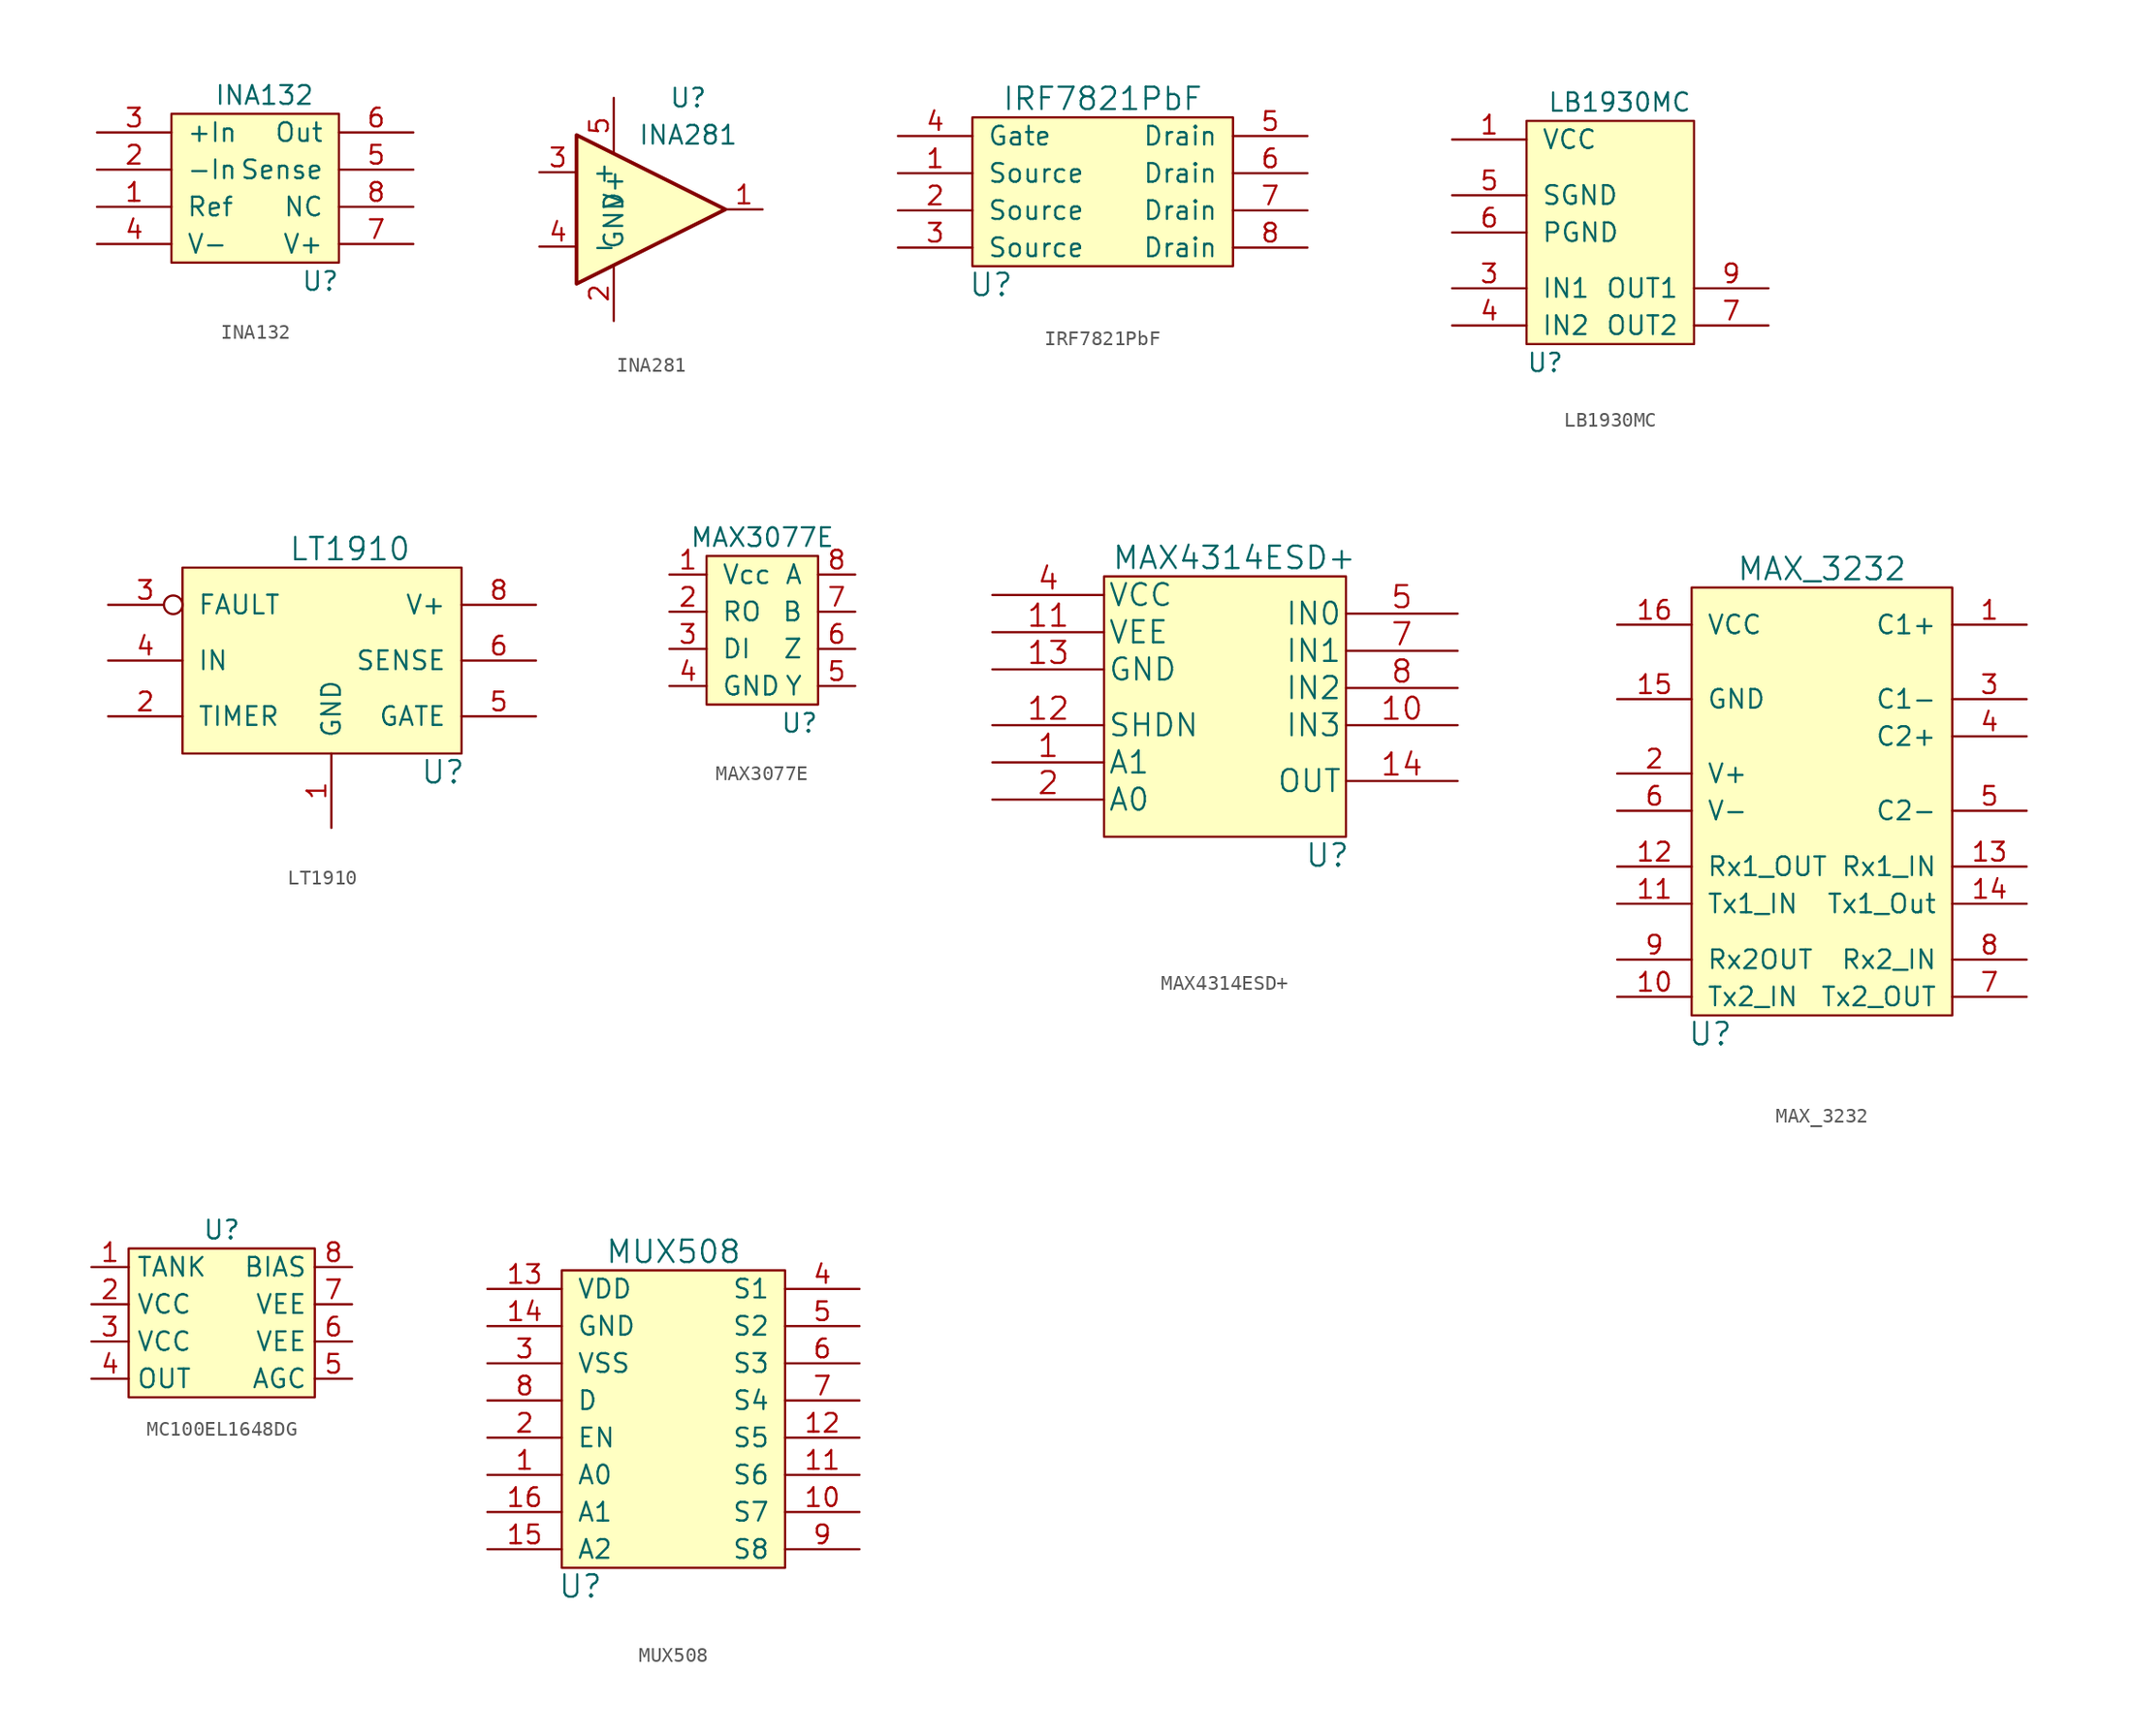
<source format=kicad_sym>
(kicad_symbol_lib
  (version 20220914)
  (generator kicad_symbol_editor)
  (symbol "INA132"
    (pin_names
      (offset 1.016))
    (property "Reference" "U"
      (at 10.16 -1.27 0)
      (effects (font (size 1.27 1.27))))
    (property "Value" "INA132"
      (at 6.35 11.43 0)
      (effects (font (size 1.27 1.27))))
    (symbol "INA132_0_1"
      (rectangle (start 0 10.16) (end 11.43 0) (stroke (width 0) (type default)) (fill (type background))))
    (symbol "INA132_1_1"
      (pin input line (at -5.08 3.81 0) (length 5.08) (name "Ref" (effects (font (size 1.27 1.27)))) (number "1" (effects (font (size 1.27 1.27)))))
      (pin input line (at -5.08 6.35 0) (length 5.08) (name "-In" (effects (font (size 1.27 1.27)))) (number "2" (effects (font (size 1.27 1.27)))))
      (pin input line (at -5.08 8.89 0) (length 5.08) (name "+In" (effects (font (size 1.27 1.27)))) (number "3" (effects (font (size 1.27 1.27)))))
      (pin input line (at -5.08 1.27 0) (length 5.08) (name "V-" (effects (font (size 1.27 1.27)))) (number "4" (effects (font (size 1.27 1.27)))))
      (pin input line (at 16.51 6.35 180) (length 5.08) (name "Sense" (effects (font (size 1.27 1.27)))) (number "5" (effects (font (size 1.27 1.27)))))
      (pin input line (at 16.51 8.89 180) (length 5.08) (name "Out" (effects (font (size 1.27 1.27)))) (number "6" (effects (font (size 1.27 1.27)))))
      (pin input line (at 16.51 1.27 180) (length 5.08) (name "V+" (effects (font (size 1.27 1.27)))) (number "7" (effects (font (size 1.27 1.27)))))
      (pin input line (at 16.51 3.81 180) (length 5.08) (name "NC" (effects (font (size 1.27 1.27)))) (number "8" (effects (font (size 1.27 1.27)))))))
  (symbol "INA281"
    (pin_names
      (offset 1.016))
    (property "Reference" "U"
      (at 5.08 7.62 0)
      (effects (font (size 1.27 1.27))))
    (property "Value" "INA281"
      (at 5.08 5.08 0)
      (effects (font (size 1.27 1.27))))
    (symbol "INA281_1_1"
      (polyline (pts (xy -2.54 5.08) (xy 7.62 0) (xy -2.54 -5.08) (xy -2.54 5.08)) (stroke (width 0.254) (type default)) (fill (type background)))
      (pin output line (at 10.16 0 180) (length 2.54) (name "~" (effects (font (size 1.27 1.27)))) (number "1" (effects (font (size 1.27 1.27)))))
      (pin power_in line (at 0 -7.62 90) (length 3.81) (name "GND" (effects (font (size 1.27 1.27)))) (number "2" (effects (font (size 1.27 1.27)))))
      (pin input line (at -5.08 2.54 0) (length 2.54) (name "+" (effects (font (size 1.27 1.27)))) (number "3" (effects (font (size 1.27 1.27)))))
      (pin input line (at -5.08 -2.54 0) (length 2.54) (name "-" (effects (font (size 1.27 1.27)))) (number "4" (effects (font (size 1.27 1.27)))))
      (pin power_in line (at 0 7.62 270) (length 3.81) (name "V+" (effects (font (size 1.27 1.27)))) (number "5" (effects (font (size 1.27 1.27)))))))
  (symbol "IRF7821PbF"
    (pin_names
      (offset 1.016))
    (property "Reference" "U"
      (at 1.27 -1.27 0)
      (effects (font (size 1.524 1.524))))
    (property "Value" "IRF7821PbF"
      (at 8.89 11.43 0)
      (effects (font (size 1.524 1.524))))
    (symbol "IRF7821PbF_0_1"
      (rectangle (start 0 10.16) (end 17.78 0) (stroke (width 0) (type default)) (fill (type background))))
    (symbol "IRF7821PbF_1_1"
      (pin passive line (at -5.08 6.35 0) (length 5.08) (name "Source" (effects (font (size 1.27 1.27)))) (number "1" (effects (font (size 1.27 1.27)))))
      (pin passive line (at -5.08 3.81 0) (length 5.08) (name "Source" (effects (font (size 1.27 1.27)))) (number "2" (effects (font (size 1.27 1.27)))))
      (pin passive line (at -5.08 1.27 0) (length 5.08) (name "Source" (effects (font (size 1.27 1.27)))) (number "3" (effects (font (size 1.27 1.27)))))
      (pin passive line (at -5.08 8.89 0) (length 5.08) (name "Gate" (effects (font (size 1.27 1.27)))) (number "4" (effects (font (size 1.27 1.27)))))
      (pin passive line (at 22.86 8.89 180) (length 5.08) (name "Drain" (effects (font (size 1.27 1.27)))) (number "5" (effects (font (size 1.27 1.27)))))
      (pin passive line (at 22.86 6.35 180) (length 5.08) (name "Drain" (effects (font (size 1.27 1.27)))) (number "6" (effects (font (size 1.27 1.27)))))
      (pin passive line (at 22.86 3.81 180) (length 5.08) (name "Drain" (effects (font (size 1.27 1.27)))) (number "7" (effects (font (size 1.27 1.27)))))
      (pin passive line (at 22.86 1.27 180) (length 5.08) (name "Drain" (effects (font (size 1.27 1.27)))) (number "8" (effects (font (size 1.27 1.27)))))))
  (symbol "LB1930MC"
    (pin_names
      (offset 1.016))
    (property "Reference" "U"
      (at 1.27 -1.27 0)
      (effects (font (size 1.245 1.245))))
    (property "Value" "LB1930MC"
      (at 6.35 16.51 0)
      (effects (font (size 1.245 1.245))))
    (symbol "LB1930MC_1_0"
      (rectangle (start 11.43 0) (end 0 15.24) (stroke (width 0) (type default)) (fill (type background))))
    (symbol "LB1930MC_1_1"
      (pin input line (at -5.08 13.97 0) (length 5.08) (name "VCC" (effects (font (size 1.27 1.27)))) (number "1" (effects (font (size 1.27 1.27)))))
      (pin input line (at -5.08 3.81 0) (length 5.08) (name "IN1" (effects (font (size 1.27 1.27)))) (number "3" (effects (font (size 1.27 1.27)))))
      (pin input line (at -5.08 1.27 0) (length 5.08) (name "IN2" (effects (font (size 1.27 1.27)))) (number "4" (effects (font (size 1.27 1.27)))))
      (pin input line (at -5.08 10.16 0) (length 5.08) (name "SGND" (effects (font (size 1.27 1.27)))) (number "5" (effects (font (size 1.27 1.27)))))
      (pin input line (at -5.08 7.62 0) (length 5.08) (name "PGND" (effects (font (size 1.27 1.27)))) (number "6" (effects (font (size 1.27 1.27)))))
      (pin input line (at 16.51 1.27 180) (length 5.08) (name "OUT2" (effects (font (size 1.27 1.27)))) (number "7" (effects (font (size 1.27 1.27)))))
      (pin input line (at 16.51 3.81 180) (length 5.08) (name "OUT1" (effects (font (size 1.27 1.27)))) (number "9" (effects (font (size 1.27 1.27)))))))
  (symbol "LT1910"
    (pin_names
      (offset 1.016))
    (property "Reference" "U"
      (at 17.78 -1.27 0)
      (effects (font (size 1.524 1.524))))
    (property "Value" "LT1910"
      (at 11.43 13.97 0)
      (effects (font (size 1.524 1.524))))
    (symbol "LT1910_0_1"
      (rectangle (start 0 12.7) (end 19.05 0) (stroke (width 0) (type default)) (fill (type background))))
    (symbol "LT1910_1_1"
      (pin passive line (at 10.16 -5.08 90) (length 5.08) (name "GND" (effects (font (size 1.27 1.27)))) (number "1" (effects (font (size 1.27 1.27)))))
      (pin passive line (at -5.08 2.54 0) (length 5.08) (name "TIMER" (effects (font (size 1.27 1.27)))) (number "2" (effects (font (size 1.27 1.27)))))
      (pin passive inverted (at -5.08 10.16 0) (length 5.08) (name "FAULT" (effects (font (size 1.27 1.27)))) (number "3" (effects (font (size 1.27 1.27)))))
      (pin passive line (at -5.08 6.35 0) (length 5.08) (name "IN" (effects (font (size 1.27 1.27)))) (number "4" (effects (font (size 1.27 1.27)))))
      (pin passive line (at 24.13 2.54 180) (length 5.08) (name "GATE" (effects (font (size 1.27 1.27)))) (number "5" (effects (font (size 1.27 1.27)))))
      (pin passive line (at 24.13 6.35 180) (length 5.08) (name "SENSE" (effects (font (size 1.27 1.27)))) (number "6" (effects (font (size 1.27 1.27)))))
      (pin passive line (at 24.13 10.16 180) (length 5.08) (name "V+" (effects (font (size 1.27 1.27)))) (number "8" (effects (font (size 1.27 1.27)))))))
  (symbol "MAX3077E"
    (pin_names
      (offset 1.016))
    (property "Reference" "U"
      (at 6.35 -1.27 0)
      (effects (font (size 1.27 1.27))))
    (property "Value" "MAX3077E"
      (at 3.81 11.43 0)
      (effects (font (size 1.27 1.27))))
    (symbol "MAX3077E_0_1"
      (rectangle (start 0 10.16) (end 7.62 0) (stroke (width 0) (type default)) (fill (type background))))
    (symbol "MAX3077E_1_1"
      (pin input line (at -2.54 8.89 0) (length 2.54) (name "Vcc" (effects (font (size 1.27 1.27)))) (number "1" (effects (font (size 1.27 1.27)))))
      (pin input line (at -2.54 6.35 0) (length 2.54) (name "RO" (effects (font (size 1.27 1.27)))) (number "2" (effects (font (size 1.27 1.27)))))
      (pin input line (at -2.54 3.81 0) (length 2.54) (name "DI" (effects (font (size 1.27 1.27)))) (number "3" (effects (font (size 1.27 1.27)))))
      (pin input line (at -2.54 1.27 0) (length 2.54) (name "GND" (effects (font (size 1.27 1.27)))) (number "4" (effects (font (size 1.27 1.27)))))
      (pin input line (at 10.16 1.27 180) (length 2.54) (name "Y" (effects (font (size 1.27 1.27)))) (number "5" (effects (font (size 1.27 1.27)))))
      (pin input line (at 10.16 3.81 180) (length 2.54) (name "Z" (effects (font (size 1.27 1.27)))) (number "6" (effects (font (size 1.27 1.27)))))
      (pin input line (at 10.16 6.35 180) (length 2.54) (name "B" (effects (font (size 1.27 1.27)))) (number "7" (effects (font (size 1.27 1.27)))))
      (pin input line (at 10.16 8.89 180) (length 2.54) (name "A" (effects (font (size 1.27 1.27)))) (number "8" (effects (font (size 1.27 1.27)))))))
  (symbol "MAX4314ESD+"
    (pin_names
      (offset 0.254))
    (property "Reference" "U"
      (at 15.24 -1.27 0)
      (effects (font (size 1.524 1.524))))
    (property "Value" "MAX4314ESD+"
      (at 8.89 19.05 0)
      (effects (font (size 1.524 1.524))))
    (property "Datasheet" ""
      (at -7.62 5.08 0)
      (effects (font (size 1.524 1.524))))
    (symbol "MAX4314ESD+_0_1"
      (rectangle (start 0 17.78) (end 16.51 0) (stroke (width 0) (type default)) (fill (type background))))
    (symbol "MAX4314ESD+_1_0"
      (pin input line (at -7.62 5.08 0) (length 7.62) (name "A1" (effects (font (size 1.499 1.499)))) (number "1" (effects (font (size 1.499 1.499)))))
      (pin input line (at 24.13 7.62 180) (length 7.62) (name "IN3" (effects (font (size 1.499 1.499)))) (number "10" (effects (font (size 1.499 1.499)))))
      (pin power_in line (at -7.62 13.97 0) (length 7.62) (name "VEE" (effects (font (size 1.499 1.499)))) (number "11" (effects (font (size 1.499 1.499)))))
      (pin input line (at -7.62 7.62 0) (length 7.62) (name "SHDN" (effects (font (size 1.499 1.499)))) (number "12" (effects (font (size 1.499 1.499)))))
      (pin power_in line (at -7.62 11.43 0) (length 7.62) (name "GND" (effects (font (size 1.499 1.499)))) (number "13" (effects (font (size 1.499 1.499)))))
      (pin output line (at 24.13 3.81 180) (length 7.62) (name "OUT" (effects (font (size 1.499 1.499)))) (number "14" (effects (font (size 1.499 1.499)))))
      (pin input line (at -7.62 2.54 0) (length 7.62) (name "A0" (effects (font (size 1.499 1.499)))) (number "2" (effects (font (size 1.499 1.499)))))
      (pin no_connect line (at 24.13 -6.35 180) (length 7.62) hide (name "NC" (effects (font (size 1.499 1.499)))) (number "3" (effects (font (size 1.499 1.499)))))
      (pin power_in line (at -7.62 16.51 0) (length 7.62) (name "VCC" (effects (font (size 1.499 1.499)))) (number "4" (effects (font (size 1.499 1.499)))))
      (pin input line (at 24.13 15.24 180) (length 7.62) (name "IN0" (effects (font (size 1.499 1.499)))) (number "5" (effects (font (size 1.499 1.499)))))
      (pin no_connect line (at 24.13 -3.81 180) (length 7.62) hide (name "NC" (effects (font (size 1.499 1.499)))) (number "6" (effects (font (size 1.499 1.499)))))
      (pin input line (at 24.13 12.7 180) (length 7.62) (name "IN1" (effects (font (size 1.499 1.499)))) (number "7" (effects (font (size 1.499 1.499)))))
      (pin input line (at 24.13 10.16 180) (length 7.62) (name "IN2" (effects (font (size 1.499 1.499)))) (number "8" (effects (font (size 1.499 1.499)))))
      (pin no_connect line (at 24.13 -1.27 180) (length 7.62) hide (name "NC" (effects (font (size 1.499 1.499)))) (number "9" (effects (font (size 1.499 1.499)))))))
  (symbol "MAX_3232"
    (pin_names
      (offset 1.016))
    (property "Reference" "U"
      (at 1.27 -1.27 0)
      (effects (font (size 1.524 1.524))))
    (property "Value" "MAX_3232"
      (at 8.89 30.48 0)
      (effects (font (size 1.524 1.524))))
    (symbol "MAX_3232_0_1"
      (rectangle (start 0 0) (end 17.78 29.21) (stroke (width 0) (type default)) (fill (type background))))
    (symbol "MAX_3232_1_1"
      (pin input line (at 22.86 26.67 180) (length 5.08) (name "C1+" (effects (font (size 1.27 1.27)))) (number "1" (effects (font (size 1.27 1.27)))))
      (pin input line (at -5.08 1.27 0) (length 5.08) (name "Tx2_IN" (effects (font (size 1.27 1.27)))) (number "10" (effects (font (size 1.27 1.27)))))
      (pin input line (at -5.08 7.62 0) (length 5.08) (name "Tx1_IN" (effects (font (size 1.27 1.27)))) (number "11" (effects (font (size 1.27 1.27)))))
      (pin input line (at -5.08 10.16 0) (length 5.08) (name "Rx1_OUT" (effects (font (size 1.27 1.27)))) (number "12" (effects (font (size 1.27 1.27)))))
      (pin input line (at 22.86 10.16 180) (length 5.08) (name "Rx1_IN" (effects (font (size 1.27 1.27)))) (number "13" (effects (font (size 1.27 1.27)))))
      (pin input line (at 22.86 7.62 180) (length 5.08) (name "Tx1_Out" (effects (font (size 1.27 1.27)))) (number "14" (effects (font (size 1.27 1.27)))))
      (pin input line (at -5.08 21.59 0) (length 5.08) (name "GND" (effects (font (size 1.27 1.27)))) (number "15" (effects (font (size 1.27 1.27)))))
      (pin input line (at -5.08 26.67 0) (length 5.08) (name "VCC" (effects (font (size 1.27 1.27)))) (number "16" (effects (font (size 1.27 1.27)))))
      (pin input line (at -5.08 16.51 0) (length 5.08) (name "V+" (effects (font (size 1.27 1.27)))) (number "2" (effects (font (size 1.27 1.27)))))
      (pin input line (at 22.86 21.59 180) (length 5.08) (name "C1-" (effects (font (size 1.27 1.27)))) (number "3" (effects (font (size 1.27 1.27)))))
      (pin input line (at 22.86 19.05 180) (length 5.08) (name "C2+" (effects (font (size 1.27 1.27)))) (number "4" (effects (font (size 1.27 1.27)))))
      (pin input line (at 22.86 13.97 180) (length 5.08) (name "C2-" (effects (font (size 1.27 1.27)))) (number "5" (effects (font (size 1.27 1.27)))))
      (pin input line (at -5.08 13.97 0) (length 5.08) (name "V-" (effects (font (size 1.27 1.27)))) (number "6" (effects (font (size 1.27 1.27)))))
      (pin input line (at 22.86 1.27 180) (length 5.08) (name "Tx2_OUT" (effects (font (size 1.27 1.27)))) (number "7" (effects (font (size 1.27 1.27)))))
      (pin input line (at 22.86 3.81 180) (length 5.08) (name "Rx2_IN" (effects (font (size 1.27 1.27)))) (number "8" (effects (font (size 1.27 1.27)))))
      (pin input line (at -5.08 3.81 0) (length 5.08) (name "Rx2OUT" (effects (font (size 1.27 1.27)))) (number "9" (effects (font (size 1.27 1.27)))))))
  (symbol "MC100EL1648DG"
    (property "Reference" "U"
      (at 0 6.35 0)
      (effects (font (size 1.27 1.27))))
    (property "Value" ""
      (at 0 0 0)
      (effects (font (size 1.27 1.27))))
    (symbol "MC100EL1648DG_1_1"
      (rectangle (start -6.35 5.08) (end 6.35 -5.08) (stroke (width 0) (type default)) (fill (type background)))
      (pin input line (at -8.89 3.81 0) (length 2.54) (name "TANK" (effects (font (size 1.27 1.27)))) (number "1" (effects (font (size 1.27 1.27)))))
      (pin power_in line (at -8.89 1.27 0) (length 2.54) (name "VCC" (effects (font (size 1.27 1.27)))) (number "2" (effects (font (size 1.27 1.27)))))
      (pin power_in line (at -8.89 -1.27 0) (length 2.54) (name "VCC" (effects (font (size 1.27 1.27)))) (number "3" (effects (font (size 1.27 1.27)))))
      (pin output line (at -8.89 -3.81 0) (length 2.54) (name "OUT" (effects (font (size 1.27 1.27)))) (number "4" (effects (font (size 1.27 1.27)))))
      (pin input line (at 8.89 -3.81 180) (length 2.54) (name "AGC" (effects (font (size 1.27 1.27)))) (number "5" (effects (font (size 1.27 1.27)))))
      (pin power_in line (at 8.89 -1.27 180) (length 2.54) (name "VEE" (effects (font (size 1.27 1.27)))) (number "6" (effects (font (size 1.27 1.27)))))
      (pin power_in line (at 8.89 1.27 180) (length 2.54) (name "VEE" (effects (font (size 1.27 1.27)))) (number "7" (effects (font (size 1.27 1.27)))))
      (pin input line (at 8.89 3.81 180) (length 2.54) (name "BIAS" (effects (font (size 1.27 1.27)))) (number "8" (effects (font (size 1.27 1.27)))))))
  (symbol "MUX508"
    (pin_names
      (offset 1.016))
    (property "Reference" "U"
      (at 1.27 -1.27 0)
      (effects (font (size 1.524 1.524))))
    (property "Value" "MUX508"
      (at 7.62 21.59 0)
      (effects (font (size 1.524 1.524))))
    (symbol "MUX508_0_1"
      (rectangle (start 0 0) (end 15.24 20.32) (stroke (width 0) (type default)) (fill (type background))))
    (symbol "MUX508_1_1"
      (pin input line (at -5.08 6.35 0) (length 5.08) (name "A0" (effects (font (size 1.27 1.27)))) (number "1" (effects (font (size 1.27 1.27)))))
      (pin input line (at 20.32 3.81 180) (length 5.08) (name "S7" (effects (font (size 1.27 1.27)))) (number "10" (effects (font (size 1.27 1.27)))))
      (pin input line (at 20.32 6.35 180) (length 5.08) (name "S6" (effects (font (size 1.27 1.27)))) (number "11" (effects (font (size 1.27 1.27)))))
      (pin input line (at 20.32 8.89 180) (length 5.08) (name "S5" (effects (font (size 1.27 1.27)))) (number "12" (effects (font (size 1.27 1.27)))))
      (pin input line (at -5.08 19.05 0) (length 5.08) (name "VDD" (effects (font (size 1.27 1.27)))) (number "13" (effects (font (size 1.27 1.27)))))
      (pin input line (at -5.08 16.51 0) (length 5.08) (name "GND" (effects (font (size 1.27 1.27)))) (number "14" (effects (font (size 1.27 1.27)))))
      (pin input line (at -5.08 1.27 0) (length 5.08) (name "A2" (effects (font (size 1.27 1.27)))) (number "15" (effects (font (size 1.27 1.27)))))
      (pin input line (at -5.08 3.81 0) (length 5.08) (name "A1" (effects (font (size 1.27 1.27)))) (number "16" (effects (font (size 1.27 1.27)))))
      (pin input line (at -5.08 8.89 0) (length 5.08) (name "EN" (effects (font (size 1.27 1.27)))) (number "2" (effects (font (size 1.27 1.27)))))
      (pin input line (at -5.08 13.97 0) (length 5.08) (name "VSS" (effects (font (size 1.27 1.27)))) (number "3" (effects (font (size 1.27 1.27)))))
      (pin input line (at 20.32 19.05 180) (length 5.08) (name "S1" (effects (font (size 1.27 1.27)))) (number "4" (effects (font (size 1.27 1.27)))))
      (pin input line (at 20.32 16.51 180) (length 5.08) (name "S2" (effects (font (size 1.27 1.27)))) (number "5" (effects (font (size 1.27 1.27)))))
      (pin input line (at 20.32 13.97 180) (length 5.08) (name "S3" (effects (font (size 1.27 1.27)))) (number "6" (effects (font (size 1.27 1.27)))))
      (pin input line (at 20.32 11.43 180) (length 5.08) (name "S4" (effects (font (size 1.27 1.27)))) (number "7" (effects (font (size 1.27 1.27)))))
      (pin input line (at -5.08 11.43 0) (length 5.08) (name "D" (effects (font (size 1.27 1.27)))) (number "8" (effects (font (size 1.27 1.27)))))
      (pin input line (at 20.32 1.27 180) (length 5.08) (name "S8" (effects (font (size 1.27 1.27)))) (number "9" (effects (font (size 1.27 1.27))))))))
</source>
